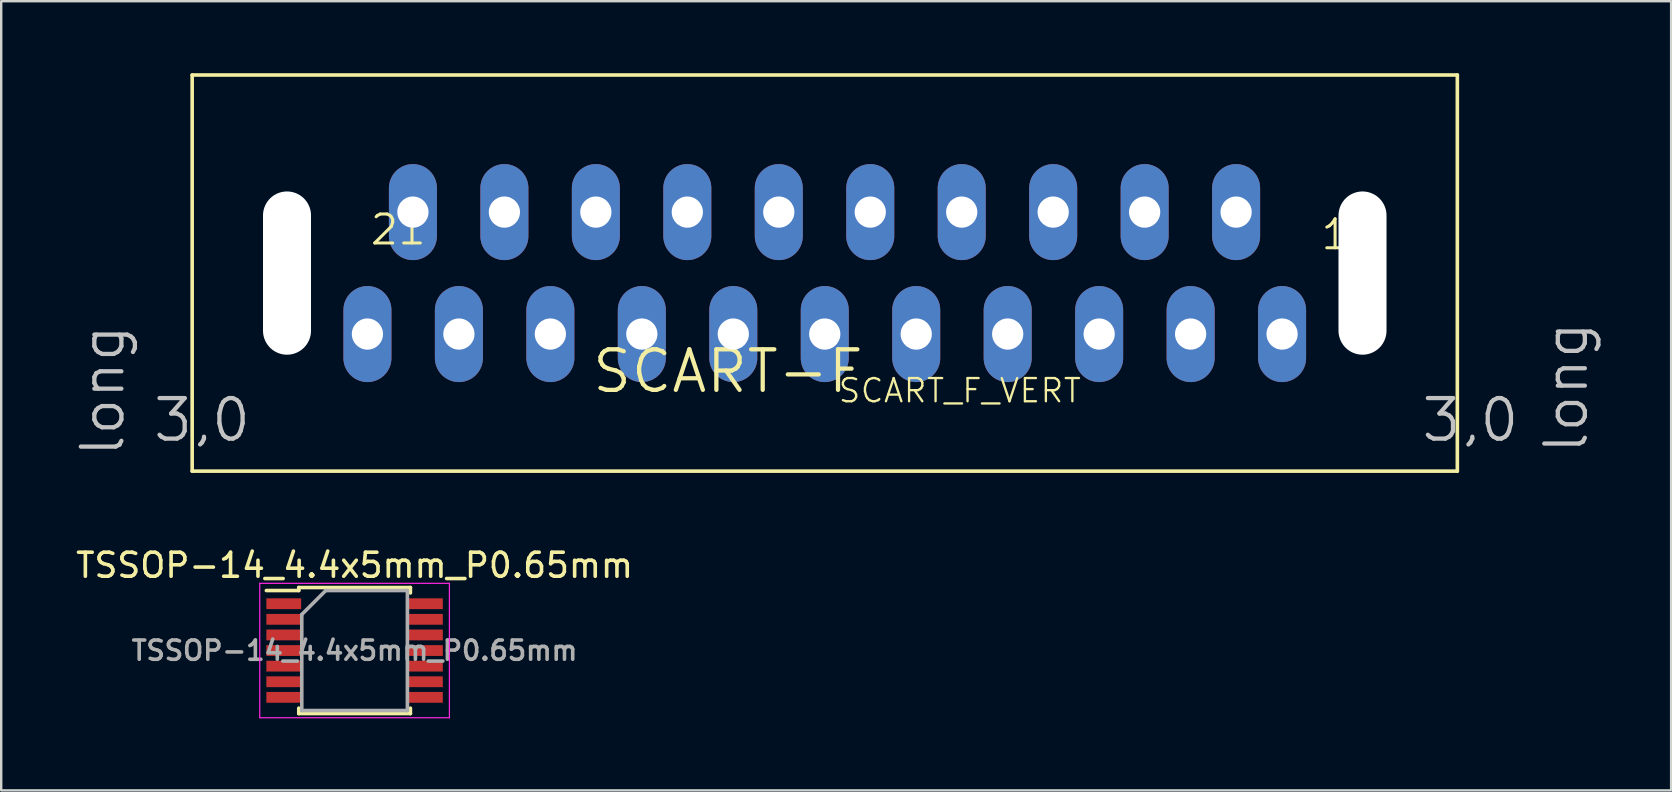
<source format=kicad_pcb>
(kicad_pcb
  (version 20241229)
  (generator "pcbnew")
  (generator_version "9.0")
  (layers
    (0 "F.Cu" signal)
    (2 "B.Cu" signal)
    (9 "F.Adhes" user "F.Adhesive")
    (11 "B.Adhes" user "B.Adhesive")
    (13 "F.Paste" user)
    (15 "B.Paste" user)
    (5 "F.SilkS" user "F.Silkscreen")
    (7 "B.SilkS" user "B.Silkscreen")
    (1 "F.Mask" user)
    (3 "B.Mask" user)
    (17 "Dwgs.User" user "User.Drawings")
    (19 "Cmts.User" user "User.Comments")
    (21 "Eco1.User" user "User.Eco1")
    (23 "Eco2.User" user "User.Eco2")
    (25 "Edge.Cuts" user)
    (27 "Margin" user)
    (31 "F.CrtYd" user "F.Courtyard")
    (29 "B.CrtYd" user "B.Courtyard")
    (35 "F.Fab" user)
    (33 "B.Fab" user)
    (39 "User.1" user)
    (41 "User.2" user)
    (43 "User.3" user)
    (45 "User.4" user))
  (footprint "TSSOP-14_4.4x5mm_P0.65mm"
    (layer "F.Cu")
    (at 11.72 24.048)
    (property "Reference" "TSSOP-14_4.4x5mm_P0.65mm" (at 0 -3.55 0) (layer "F.SilkS") (effects (font (size 1 1) (thickness 0.15))))
    (attr smd)
    (fp_line (start -2.325 -2.625) (end -2.325 -2.5) (stroke (width 0.15) (type solid)) (layer "F.SilkS"))
    (fp_line (start -2.325 -2.625) (end 2.325 -2.625) (stroke (width 0.15) (type solid)) (layer "F.SilkS"))
    (fp_line (start -2.325 -2.5) (end -3.675 -2.5) (stroke (width 0.15) (type solid)) (layer "F.SilkS"))
    (fp_line (start -2.325 2.625) (end -2.325 2.4) (stroke (width 0.15) (type solid)) (layer "F.SilkS"))
    (fp_line (start -2.325 2.625) (end 2.325 2.625) (stroke (width 0.15) (type solid)) (layer "F.SilkS"))
    (fp_line (start 2.325 -2.625) (end 2.325 -2.4) (stroke (width 0.15) (type solid)) (layer "F.SilkS"))
    (fp_line (start 2.325 2.625) (end 2.325 2.4) (stroke (width 0.15) (type solid)) (layer "F.SilkS"))
    (fp_line (start -3.95 -2.8) (end -3.95 2.8) (stroke (width 0.05) (type solid)) (layer "F.CrtYd"))
    (fp_line (start -3.95 -2.8) (end 3.95 -2.8) (stroke (width 0.05) (type solid)) (layer "F.CrtYd"))
    (fp_line (start -3.95 2.8) (end 3.95 2.8) (stroke (width 0.05) (type solid)) (layer "F.CrtYd"))
    (fp_line (start 3.95 -2.8) (end 3.95 2.8) (stroke (width 0.05) (type solid)) (layer "F.CrtYd"))
    (fp_line (start -2.2 -1.5) (end -1.2 -2.5) (stroke (width 0.15) (type solid)) (layer "F.Fab"))
    (fp_line (start -2.2 2.5) (end -2.2 -1.5) (stroke (width 0.15) (type solid)) (layer "F.Fab"))
    (fp_line (start -1.2 -2.5) (end 2.2 -2.5) (stroke (width 0.15) (type solid)) (layer "F.Fab"))
    (fp_line (start 2.2 -2.5) (end 2.2 2.5) (stroke (width 0.15) (type solid)) (layer "F.Fab"))
    (fp_line (start 2.2 2.5) (end -2.2 2.5) (stroke (width 0.15) (type solid)) (layer "F.Fab"))
    (fp_text user "${REFERENCE}" (at 0 0 0) (layer "F.Fab") (effects (font (size 0.8 0.8) (thickness 0.15))))
    (pad "1" smd rect (at -2.95 -1.95) (size 1.45 0.45) (layers "F.Cu" "F.Mask" "F.Paste"))
    (pad "2" smd rect (at -2.95 -1.3) (size 1.45 0.45) (layers "F.Cu" "F.Mask" "F.Paste"))
    (pad "3" smd rect (at -2.95 -0.65) (size 1.45 0.45) (layers "F.Cu" "F.Mask" "F.Paste"))
    (pad "4" smd rect (at -2.95 0) (size 1.45 0.45) (layers "F.Cu" "F.Mask" "F.Paste"))
    (pad "5" smd rect (at -2.95 0.65) (size 1.45 0.45) (layers "F.Cu" "F.Mask" "F.Paste"))
    (pad "6" smd rect (at -2.95 1.3) (size 1.45 0.45) (layers "F.Cu" "F.Mask" "F.Paste"))
    (pad "7" smd rect (at -2.95 1.95) (size 1.45 0.45) (layers "F.Cu" "F.Mask" "F.Paste"))
    (pad "8" smd rect (at 2.95 1.95) (size 1.45 0.45) (layers "F.Cu" "F.Mask" "F.Paste"))
    (pad "9" smd rect (at 2.95 1.3) (size 1.45 0.45) (layers "F.Cu" "F.Mask" "F.Paste"))
    (pad "10" smd rect (at 2.95 0.65) (size 1.45 0.45) (layers "F.Cu" "F.Mask" "F.Paste"))
    (pad "11" smd rect (at 2.95 0) (size 1.45 0.45) (layers "F.Cu" "F.Mask" "F.Paste"))
    (pad "12" smd rect (at 2.95 -0.65) (size 1.45 0.45) (layers "F.Cu" "F.Mask" "F.Paste"))
    (pad "13" smd rect (at 2.95 -1.3) (size 1.45 0.45) (layers "F.Cu" "F.Mask" "F.Paste"))
    (pad "14" smd rect (at 2.95 -1.95) (size 1.45 0.45) (layers "F.Cu" "F.Mask" "F.Paste")))
  (footprint "SCART_F_VERT"
    (layer "F.Cu")
    (at 31.305 8.325)
    (property "Reference" "SCART_F_VERT" (at 0.508 5.461 0) (layer "F.SilkS") (effects (font (size 0.965 0.965) (thickness 0.097)) (justify left bottom)))
    (attr through_hole)
    (fp_line (start -26.35 -8.25) (end 26.35 -8.25) (stroke (width 0.15) (type solid)) (layer "F.SilkS"))
    (fp_line (start -26.35 8.25) (end -26.35 -8.25) (stroke (width 0.15) (type solid)) (layer "F.SilkS"))
    (fp_line (start 26.35 -8.25) (end 26.35 8.25) (stroke (width 0.15) (type solid)) (layer "F.SilkS"))
    (fp_line (start 26.35 8.25) (end -26.35 8.25) (stroke (width 0.15) (type solid)) (layer "F.SilkS"))
    (fp_text user "1" (at 20.6 -0.9 0) (layer "F.SilkS") (effects (font (size 1.206 1.206) (thickness 0.127)) (justify left bottom)))
    (fp_text user "SCART-F" (at -9.779 5.08 0) (layer "F.SilkS") (effects (font (size 1.689 1.689) (thickness 0.178)) (justify left bottom)))
    (fp_text user "21" (at -19 -1.1 0) (layer "F.SilkS") (effects (font (size 1.206 1.206) (thickness 0.127)) (justify left bottom)))
    (fp_text user "3,0" (at 24.765 7.112 0) (layer "Dwgs.User") (effects (font (size 1.689 1.689) (thickness 0.178)) (justify left bottom)))
    (fp_text user "long " (at -29.083 7.747 90) (layer "Dwgs.User") (effects (font (size 1.689 1.689) (thickness 0.178)) (justify left bottom)))
    (fp_text user "long" (at 31.877 7.62 90) (layer "Dwgs.User") (effects (font (size 1.689 1.689) (thickness 0.178)) (justify left bottom)))
    (fp_text user "3,0 " (at -28.067 7.112 0) (layer "Dwgs.User") (effects (font (size 1.689 1.689) (thickness 0.178)) (justify left bottom)))
    (pad "" np_thru_hole oval (at -22.4 0) (size 2 6.8) (drill oval 2 6.8) (layers "*.Cu" "*.Mask"))
    (pad "" np_thru_hole oval (at 22.4 0) (size 2 6.8) (drill oval 2 6.8) (layers "*.Cu" "*.Mask"))
    (pad "1" thru_hole oval (at 19.05 2.54) (size 2 4) (drill 1.3) (layers "*.Cu" "*.Mask"))
    (pad "2" thru_hole oval (at 17.135 -2.54) (size 2 4) (drill 1.3) (layers "*.Cu" "*.Mask"))
    (pad "3" thru_hole oval (at 15.24 2.54) (size 2 4) (drill 1.3) (layers "*.Cu" "*.Mask"))
    (pad "4" thru_hole oval (at 13.325 -2.54) (size 2 4) (drill 1.3) (layers "*.Cu" "*.Mask"))
    (pad "5" thru_hole oval (at 11.43 2.54) (size 2 4) (drill 1.3) (layers "*.Cu" "*.Mask"))
    (pad "6" thru_hole oval (at 9.515 -2.54) (size 2 4) (drill 1.3) (layers "*.Cu" "*.Mask"))
    (pad "7" thru_hole oval (at 7.62 2.54) (size 2 4) (drill 1.3) (layers "*.Cu" "*.Mask"))
    (pad "8" thru_hole oval (at 5.705 -2.54) (size 2 4) (drill 1.3) (layers "*.Cu" "*.Mask"))
    (pad "9" thru_hole oval (at 3.81 2.54) (size 2 4) (drill 1.3) (layers "*.Cu" "*.Mask"))
    (pad "10" thru_hole oval (at 1.895 -2.54) (size 2 4) (drill 1.3) (layers "*.Cu" "*.Mask"))
    (pad "11" thru_hole oval (at 0 2.54) (size 2 4) (drill 1.3) (layers "*.Cu" "*.Mask"))
    (pad "12" thru_hole oval (at -1.915 -2.54) (size 2 4) (drill 1.3) (layers "*.Cu" "*.Mask"))
    (pad "13" thru_hole oval (at -3.81 2.54) (size 2 4) (drill 1.3) (layers "*.Cu" "*.Mask"))
    (pad "14" thru_hole oval (at -5.725 -2.54) (size 2 4) (drill 1.3) (layers "*.Cu" "*.Mask"))
    (pad "15" thru_hole oval (at -7.62 2.54) (size 2 4) (drill 1.3) (layers "*.Cu" "*.Mask"))
    (pad "16" thru_hole oval (at -9.535 -2.54) (size 2 4) (drill 1.3) (layers "*.Cu" "*.Mask"))
    (pad "17" thru_hole oval (at -11.43 2.54) (size 2 4) (drill 1.3) (layers "*.Cu" "*.Mask"))
    (pad "18" thru_hole oval (at -13.345 -2.54) (size 2 4) (drill 1.3) (layers "*.Cu" "*.Mask"))
    (pad "19" thru_hole oval (at -15.24 2.54) (size 2 4) (drill 1.3) (layers "*.Cu" "*.Mask"))
    (pad "20" thru_hole oval (at -17.155 -2.54) (size 2 4) (drill 1.3) (layers "*.Cu" "*.Mask"))
    (pad "21" thru_hole oval (at -19.05 2.54) (size 2 4) (drill 1.3) (layers "*.Cu" "*.Mask")))
  (gr_rect
    (start -3 -3)
    (end 66.56 29.873)
    (stroke (width 0.1) (type default))
    (fill no)
    (layer "Edge.Cuts")))
</source>
